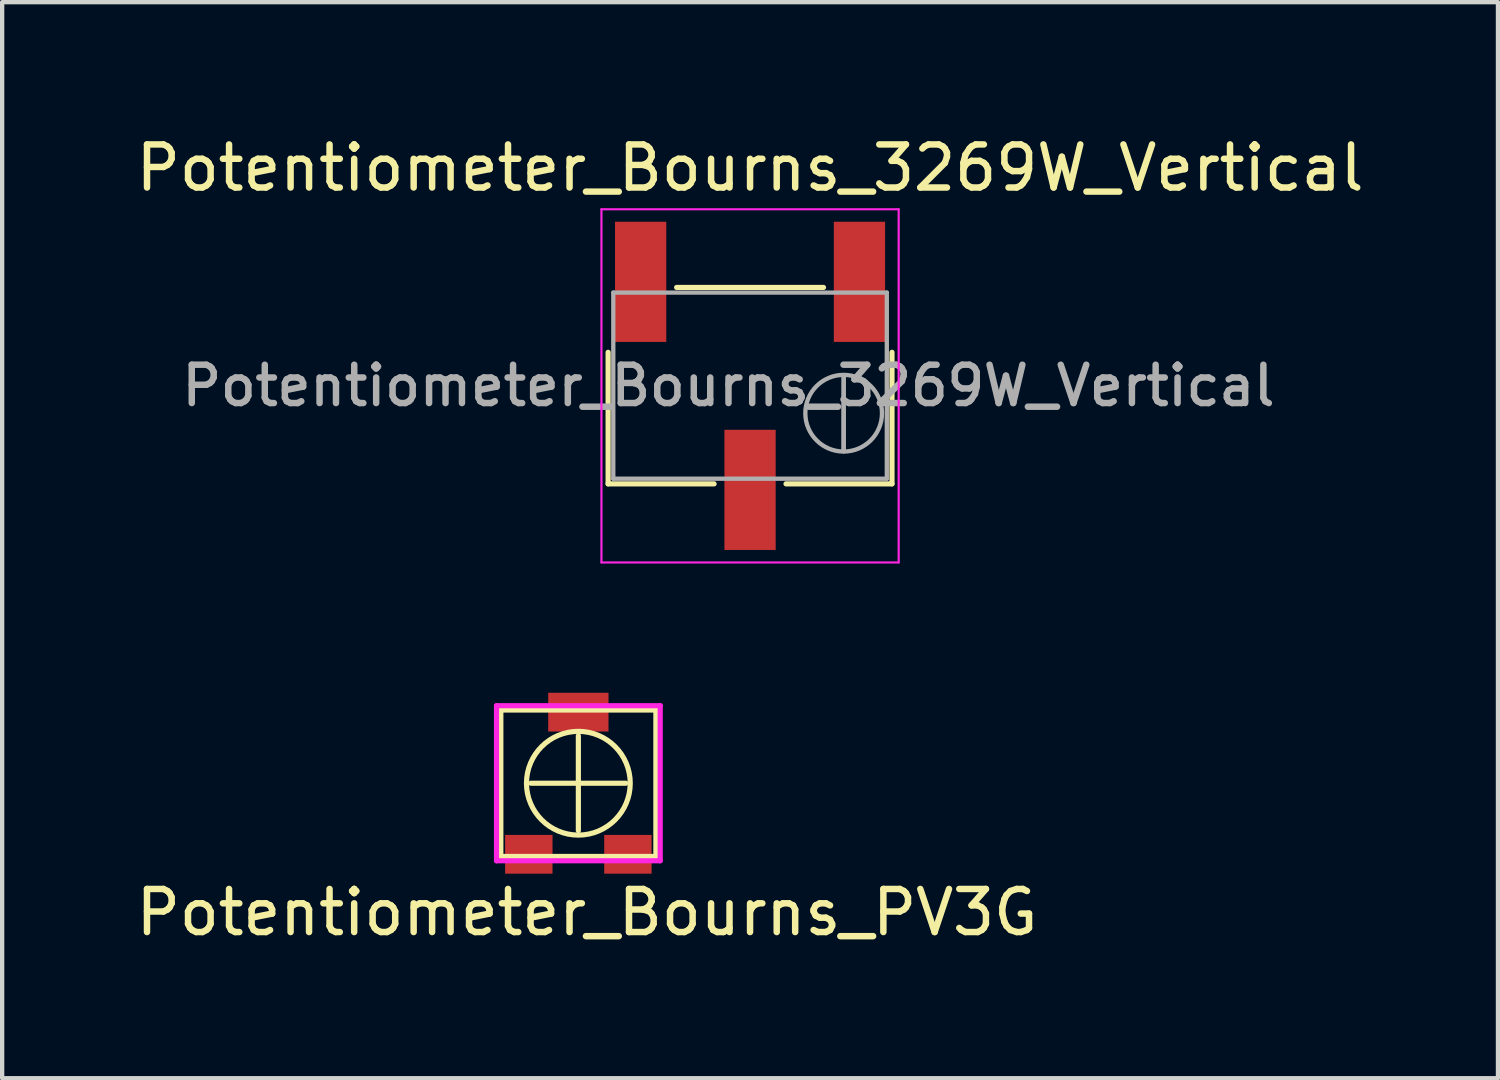
<source format=kicad_pcb>
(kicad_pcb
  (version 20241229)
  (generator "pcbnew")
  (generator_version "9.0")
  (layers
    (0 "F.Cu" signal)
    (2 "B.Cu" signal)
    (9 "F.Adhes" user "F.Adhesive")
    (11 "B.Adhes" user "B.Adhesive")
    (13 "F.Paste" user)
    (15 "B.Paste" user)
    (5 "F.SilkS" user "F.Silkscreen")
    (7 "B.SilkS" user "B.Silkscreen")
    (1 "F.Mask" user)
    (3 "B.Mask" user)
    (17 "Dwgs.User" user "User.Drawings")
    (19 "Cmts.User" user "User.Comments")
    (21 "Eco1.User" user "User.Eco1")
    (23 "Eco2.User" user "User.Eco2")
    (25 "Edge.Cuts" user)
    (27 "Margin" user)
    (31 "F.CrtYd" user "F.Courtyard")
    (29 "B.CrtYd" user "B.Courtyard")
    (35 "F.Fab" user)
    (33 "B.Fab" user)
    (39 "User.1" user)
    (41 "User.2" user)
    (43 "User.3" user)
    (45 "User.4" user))
  (footprint "Potentiometer_Bourns_PV3G"
    (layer "F.Cu")
    (at 10.377 15.133)
    (property "Reference" "Potentiometer_Bourns_PV3G" (at 0.2 3 0) (layer "F.SilkS") (effects (font (size 1 1) (thickness 0.15))))
    (attr smd)
    (fp_line (start -1.8 -1.7) (end 1.8 -1.7) (stroke (width 0.12) (type solid)) (layer "F.SilkS"))
    (fp_line (start -1.8 1.7) (end -1.8 -1.7) (stroke (width 0.12) (type solid)) (layer "F.SilkS"))
    (fp_line (start -1.1 0) (end 1.1 0) (stroke (width 0.12) (type solid)) (layer "F.SilkS"))
    (fp_line (start 0 -1.1) (end 0 1.1) (stroke (width 0.12) (type solid)) (layer "F.SilkS"))
    (fp_line (start 1.8 -1.7) (end 1.8 1.7) (stroke (width 0.12) (type solid)) (layer "F.SilkS"))
    (fp_line (start 1.8 1.7) (end -1.8 1.7) (stroke (width 0.12) (type solid)) (layer "F.SilkS"))
    (fp_circle (center 0 0) (end 1.2 -0.1) (stroke (width 0.12) (type solid)) (fill no) (layer "F.SilkS"))
    (fp_line (start -1.9 -1.8) (end -1.9 1.8) (stroke (width 0.12) (type solid)) (layer "F.CrtYd"))
    (fp_line (start -1.9 -1.8) (end 1.9 -1.8) (stroke (width 0.12) (type solid)) (layer "F.CrtYd"))
    (fp_line (start -1.9 1.8) (end 1.9 1.8) (stroke (width 0.12) (type solid)) (layer "F.CrtYd"))
    (fp_line (start 1.9 -1.8) (end 1.9 1.8) (stroke (width 0.12) (type solid)) (layer "F.CrtYd"))
    (pad "1" smd rect (at 1.15 1.65) (size 1.1 0.9) (layers "F.Cu" "F.Mask" "F.Paste"))
    (pad "2" smd rect (at 0 -1.65) (size 1.4 0.9) (layers "F.Cu" "F.Mask" "F.Paste"))
    (pad "3" smd rect (at -1.15 1.65) (size 1.1 0.9) (layers "F.Cu" "F.Mask" "F.Paste")))
  (footprint "Potentiometer_Bourns_3269W_Vertical"
    (layer "F.Cu")
    (at 14.363 5.908)
    (property "Reference" "Potentiometer_Bourns_3269W_Vertical" (at 0 -5.06 0) (layer "F.SilkS") (effects (font (size 1 1) (thickness 0.15))))
    (attr smd)
    (fp_line (start -3.295 -0.779) (end -3.295 2.275) (stroke (width 0.12) (type solid)) (layer "F.SilkS"))
    (fp_line (start -3.295 2.275) (end -0.835 2.275) (stroke (width 0.12) (type solid)) (layer "F.SilkS"))
    (fp_line (start -1.705 -2.285) (end 1.705 -2.285) (stroke (width 0.12) (type solid)) (layer "F.SilkS"))
    (fp_line (start 0.835 2.275) (end 3.295 2.275) (stroke (width 0.12) (type solid)) (layer "F.SilkS"))
    (fp_line (start 3.295 -0.779) (end 3.295 2.275) (stroke (width 0.12) (type solid)) (layer "F.SilkS"))
    (fp_line (start -3.45 -4.1) (end -3.45 4.1) (stroke (width 0.05) (type solid)) (layer "F.CrtYd"))
    (fp_line (start -3.45 4.1) (end 3.45 4.1) (stroke (width 0.05) (type solid)) (layer "F.CrtYd"))
    (fp_line (start 3.45 -4.1) (end -3.45 -4.1) (stroke (width 0.05) (type solid)) (layer "F.CrtYd"))
    (fp_line (start 3.45 4.1) (end 3.45 -4.1) (stroke (width 0.05) (type solid)) (layer "F.CrtYd"))
    (fp_line (start -3.175 -2.165) (end -3.175 2.155) (stroke (width 0.1) (type solid)) (layer "F.Fab"))
    (fp_line (start -3.175 2.155) (end 3.175 2.155) (stroke (width 0.1) (type solid)) (layer "F.Fab"))
    (fp_line (start 2.173 1.517) (end 2.174 -0.246) (stroke (width 0.1) (type solid)) (layer "F.Fab"))
    (fp_line (start 2.173 1.517) (end 2.174 -0.246) (stroke (width 0.1) (type solid)) (layer "F.Fab"))
    (fp_line (start 3.175 -2.165) (end -3.175 -2.165) (stroke (width 0.1) (type solid)) (layer "F.Fab"))
    (fp_line (start 3.175 2.155) (end 3.175 -2.165) (stroke (width 0.1) (type solid)) (layer "F.Fab"))
    (fp_circle (center 2.173 0.635) (end 3.063 0.635) (stroke (width 0.1) (type solid)) (fill no) (layer "F.Fab"))
    (fp_text user "${REFERENCE}" (at -0.501 -0.005 0) (layer "F.Fab") (effects (font (size 0.89 0.89) (thickness 0.15))))
    (pad "1" smd rect (at 2.54 -2.415) (size 1.19 2.79) (layers "F.Cu" "F.Mask" "F.Paste"))
    (pad "2" smd rect (at 0 2.415) (size 1.19 2.79) (layers "F.Cu" "F.Mask" "F.Paste"))
    (pad "3" smd rect (at -2.54 -2.415) (size 1.19 2.79) (layers "F.Cu" "F.Mask" "F.Paste")))
  (gr_rect
    (start -3 -3)
    (end 31.726 21.982)
    (stroke (width 0.1) (type default))
    (fill no)
    (layer "Edge.Cuts")))
</source>
